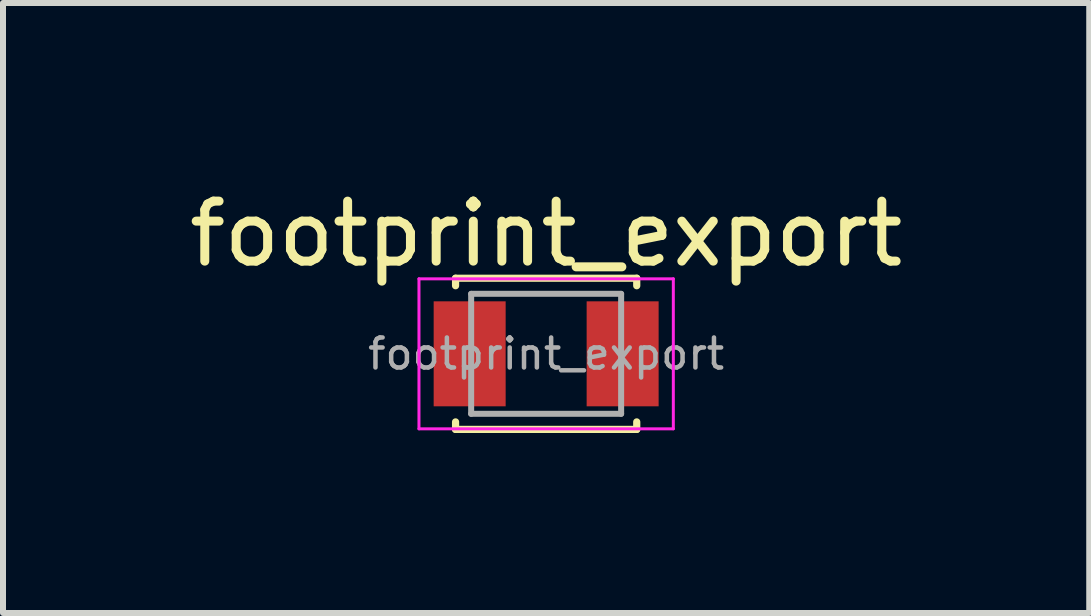
<source format=kicad_pcb>
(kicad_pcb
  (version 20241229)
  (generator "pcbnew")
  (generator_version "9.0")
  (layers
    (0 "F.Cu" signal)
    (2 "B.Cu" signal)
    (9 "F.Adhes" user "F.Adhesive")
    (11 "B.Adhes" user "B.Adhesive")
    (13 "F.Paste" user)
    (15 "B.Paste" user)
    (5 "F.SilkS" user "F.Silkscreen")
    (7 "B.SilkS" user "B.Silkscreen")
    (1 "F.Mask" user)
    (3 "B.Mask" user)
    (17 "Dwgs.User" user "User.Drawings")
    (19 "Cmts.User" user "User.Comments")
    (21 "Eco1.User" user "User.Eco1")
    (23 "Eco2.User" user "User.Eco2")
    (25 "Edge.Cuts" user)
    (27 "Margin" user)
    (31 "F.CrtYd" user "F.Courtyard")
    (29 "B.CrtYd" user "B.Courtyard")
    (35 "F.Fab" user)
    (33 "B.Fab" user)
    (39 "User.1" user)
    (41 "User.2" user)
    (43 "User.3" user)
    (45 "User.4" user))
  (footprint "footprint_export"
    (layer "F.Cu")
    (at 6.054 2.848)
    (property "Reference" "footprint_export" (at 0 -2 0) (layer "F.SilkS") (effects (font (size 1 1) (thickness 0.15))))
    (attr smd)
    (fp_line (start -1.51 -1.26) (end -1.51 -1.135) (stroke (width 0.12) (type solid)) (layer "F.SilkS"))
    (fp_line (start -1.51 -1.26) (end 1.51 -1.26) (stroke (width 0.12) (type solid)) (layer "F.SilkS"))
    (fp_line (start -1.51 1.26) (end -1.51 1.135) (stroke (width 0.12) (type solid)) (layer "F.SilkS"))
    (fp_line (start -1.51 1.26) (end 1.51 1.26) (stroke (width 0.12) (type solid)) (layer "F.SilkS"))
    (fp_line (start 1.51 -1.26) (end 1.51 -1.135) (stroke (width 0.12) (type solid)) (layer "F.SilkS"))
    (fp_line (start 1.51 1.26) (end 1.51 1.135) (stroke (width 0.12) (type solid)) (layer "F.SilkS"))
    (fp_line (start -2.12 -1.25) (end -2.12 1.25) (stroke (width 0.05) (type solid)) (layer "F.CrtYd"))
    (fp_line (start -2.12 1.25) (end 2.12 1.25) (stroke (width 0.05) (type solid)) (layer "F.CrtYd"))
    (fp_line (start 2.12 -1.25) (end -2.12 -1.25) (stroke (width 0.05) (type solid)) (layer "F.CrtYd"))
    (fp_line (start 2.12 1.25) (end 2.12 -1.25) (stroke (width 0.05) (type solid)) (layer "F.CrtYd"))
    (fp_line (start -1.25 -1) (end -1.25 1) (stroke (width 0.1) (type solid)) (layer "F.Fab"))
    (fp_line (start -1.25 1) (end 1.25 1) (stroke (width 0.1) (type solid)) (layer "F.Fab"))
    (fp_line (start 1.25 -1) (end -1.25 -1) (stroke (width 0.1) (type solid)) (layer "F.Fab"))
    (fp_line (start 1.25 1) (end 1.25 -1) (stroke (width 0.1) (type solid)) (layer "F.Fab"))
    (fp_text user "${REFERENCE}" (at 0 0 0) (layer "F.Fab") (effects (font (size 0.5 0.5) (thickness 0.075))))
    (pad "1" smd rect (at -1.275 0) (size 1.2 1.75) (layers "F.Cu" "F.Mask" "F.Paste"))
    (pad "2" smd rect (at 1.275 0) (size 1.2 1.75) (layers "F.Cu" "F.Mask" "F.Paste")))
  (gr_rect
    (start -3 -3)
    (end 15.107 7.168)
    (stroke (width 0.1) (type default))
    (fill no)
    (layer "Edge.Cuts")))
</source>
